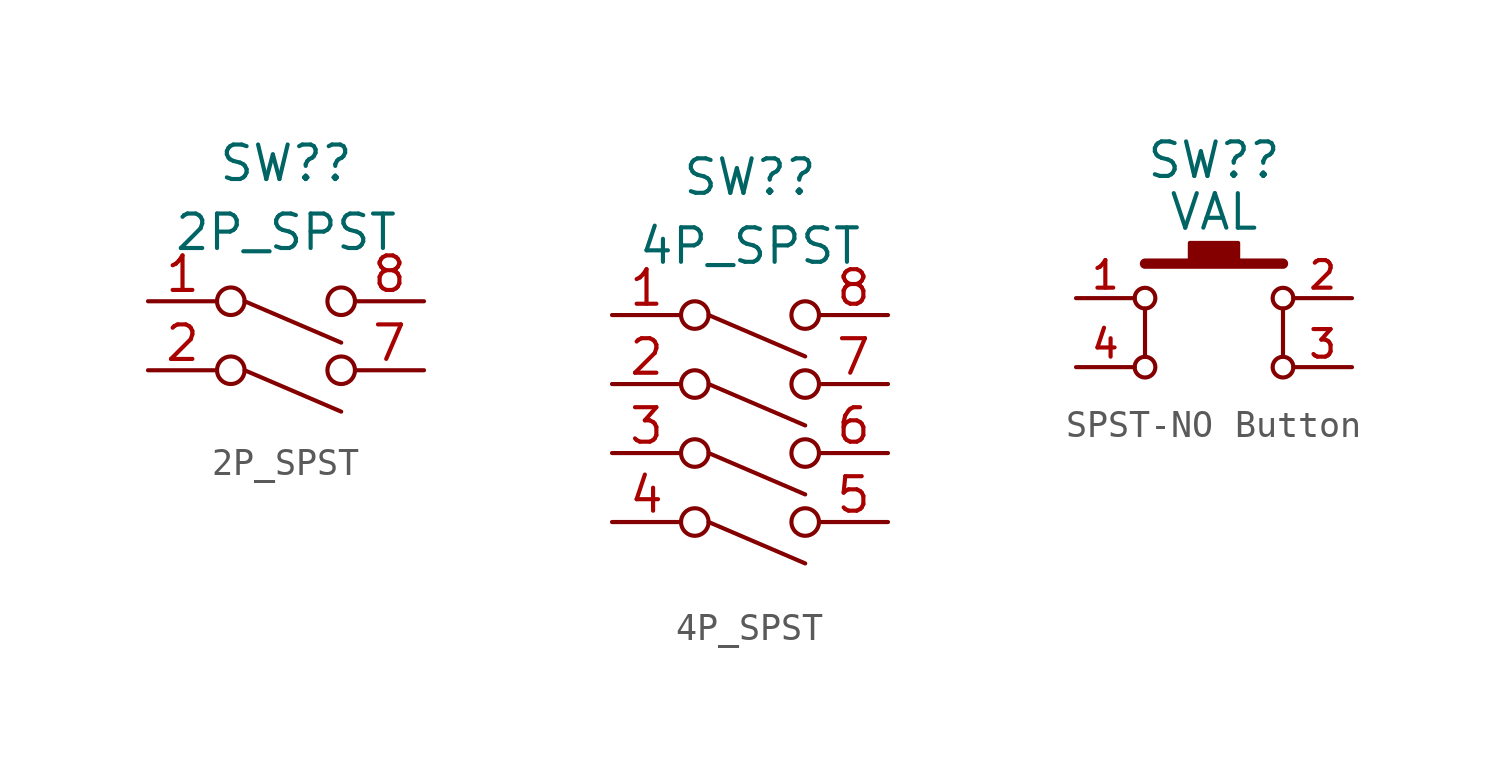
<source format=kicad_sym>
(kicad_symbol_lib
  (version 20241209)
  (generator "kicad_symbol_editor")
  (generator_version "9.0")
  (symbol "2P_SPST"
    (pin_names
      (offset 0)
      (hide yes))
    (property "Reference" "SW?"
      (at 0 6.35 0)
      (do_not_autoplace)
      (effects (font (size 1.27 1.27))))
    (property "Value" "2P_SPST"
      (at 0 3.81 0)
      (do_not_autoplace)
      (effects (font (size 1.27 1.27))))
    (symbol "2P_SPST_0_1"
      (circle (center -2.032 1.27) (radius 0.508) (stroke (width 0) (type default)) (fill (type none)))
      (circle (center -2.032 -1.27) (radius 0.508) (stroke (width 0) (type default)) (fill (type none)))
      (polyline (pts (xy -1.524 1.27) (xy 2.032 -0.254)) (stroke (width 0) (type default)) (fill (type none)))
      (polyline (pts (xy -1.524 -1.27) (xy 2.032 -2.794)) (stroke (width 0) (type default)) (fill (type none)))
      (circle (center 2.032 1.27) (radius 0.508) (stroke (width 0) (type default)) (fill (type none)))
      (circle (center 2.032 -1.27) (radius 0.508) (stroke (width 0) (type default)) (fill (type none))))
    (symbol "2P_SPST_1_1"
      (pin passive line (at -5.08 1.27 0) (length 2.54) (name "" (effects (font (size 1.27 1.27)))) (number "1" (effects (font (size 1.27 1.27)))))
      (pin passive line (at -5.08 -1.27 0) (length 2.54) (name "" (effects (font (size 1.27 1.27)))) (number "2" (effects (font (size 1.27 1.27)))))
      (pin passive line (at 5.08 1.27 180) (length 2.54) (name "" (effects (font (size 1.27 1.27)))) (number "8" (effects (font (size 1.27 1.27)))))
      (pin passive line (at 5.08 -1.27 180) (length 2.54) (name "" (effects (font (size 1.27 1.27)))) (number "7" (effects (font (size 1.27 1.27)))))))
  (symbol "4P_SPST"
    (pin_names
      (offset 0)
      (hide yes))
    (property "Reference" "SW?"
      (at 0 8.89 0)
      (do_not_autoplace)
      (effects (font (size 1.27 1.27))))
    (property "Value" "4P_SPST"
      (at 0 6.35 0)
      (do_not_autoplace)
      (effects (font (size 1.27 1.27))))
    (symbol "4P_SPST_0_1"
      (circle (center -2.032 3.81) (radius 0.508) (stroke (width 0) (type default)) (fill (type none)))
      (circle (center -2.032 1.27) (radius 0.508) (stroke (width 0) (type default)) (fill (type none)))
      (circle (center -2.032 -1.27) (radius 0.508) (stroke (width 0) (type default)) (fill (type none)))
      (circle (center -2.032 -3.81) (radius 0.508) (stroke (width 0) (type default)) (fill (type none)))
      (polyline (pts (xy -1.524 3.81) (xy 2.032 2.286)) (stroke (width 0) (type default)) (fill (type none)))
      (polyline (pts (xy -1.524 1.27) (xy 2.032 -0.254)) (stroke (width 0) (type default)) (fill (type none)))
      (polyline (pts (xy -1.524 -1.27) (xy 2.032 -2.794)) (stroke (width 0) (type default)) (fill (type none)))
      (polyline (pts (xy -1.524 -3.81) (xy 2.032 -5.334)) (stroke (width 0) (type default)) (fill (type none)))
      (circle (center 2.032 3.81) (radius 0.508) (stroke (width 0) (type default)) (fill (type none)))
      (circle (center 2.032 1.27) (radius 0.508) (stroke (width 0) (type default)) (fill (type none)))
      (circle (center 2.032 -1.27) (radius 0.508) (stroke (width 0) (type default)) (fill (type none)))
      (circle (center 2.032 -3.81) (radius 0.508) (stroke (width 0) (type default)) (fill (type none))))
    (symbol "4P_SPST_1_1"
      (pin passive line (at -5.08 3.81 0) (length 2.54) (name "" (effects (font (size 1.27 1.27)))) (number "1" (effects (font (size 1.27 1.27)))))
      (pin passive line (at -5.08 1.27 0) (length 2.54) (name "" (effects (font (size 1.27 1.27)))) (number "2" (effects (font (size 1.27 1.27)))))
      (pin passive line (at -5.08 -1.27 0) (length 2.54) (name "" (effects (font (size 1.27 1.27)))) (number "3" (effects (font (size 1.27 1.27)))))
      (pin passive line (at -5.08 -3.81 0) (length 2.54) (name "" (effects (font (size 1.27 1.27)))) (number "4" (effects (font (size 1.27 1.27)))))
      (pin passive line (at 5.08 3.81 180) (length 2.54) (name "" (effects (font (size 1.27 1.27)))) (number "8" (effects (font (size 1.27 1.27)))))
      (pin passive line (at 5.08 1.27 180) (length 2.54) (name "" (effects (font (size 1.27 1.27)))) (number "7" (effects (font (size 1.27 1.27)))))
      (pin passive line (at 5.08 -1.27 180) (length 2.54) (name "" (effects (font (size 1.27 1.27)))) (number "6" (effects (font (size 1.27 1.27)))))
      (pin passive line (at 5.08 -3.81 180) (length 2.54) (name "" (effects (font (size 1.27 1.27)))) (number "5" (effects (font (size 1.27 1.27)))))))
  (symbol "SPST-NO Button"
    (pin_names
      (offset 1.016))
    (property "Reference" "SW?"
      (at 0 6.35 0)
      (do_not_autoplace)
      (effects (font (size 1.27 1.27))))
    (property "Value" "VAL"
      (at 0 4.445 0)
      (do_not_autoplace)
      (effects (font (size 1.27 1.27))))
    (symbol "SPST-NO Button_0_0"
      (polyline (pts (xy -2.54 0.889) (xy -2.54 -0.889)) (stroke (width 0) (type default)) (fill (type none)))
      (polyline (pts (xy 2.54 0.889) (xy 2.54 -0.889)) (stroke (width 0) (type default)) (fill (type none))))
    (symbol "SPST-NO Button_0_1"
      (circle (center -2.54 1.27) (radius 0.381) (stroke (width 0) (type default)) (fill (type none)))
      (circle (center -2.54 -1.27) (radius 0.381) (stroke (width 0) (type default)) (fill (type none)))
      (circle (center 2.54 1.27) (radius 0.381) (stroke (width 0) (type default)) (fill (type none)))
      (circle (center 2.54 -1.27) (radius 0.381) (stroke (width 0) (type default)) (fill (type none))))
    (symbol "SPST-NO Button_1_0"
      (polyline (pts (xy -2.54 2.54) (xy 2.54 2.54)) (stroke (width 0.381) (type default)) (fill (type none)))
      (rectangle (start -0.889 3.302) (end 0.889 2.54) (stroke (width 0) (type default)) (fill (type outline)))
      (pin passive line (at -5.08 1.27 0) (length 2.159) (name "" (effects (font (size 1.016 1.016)))) (number "1" (effects (font (size 1.016 1.016)))))
      (pin passive line (at -5.08 -1.27 0) (length 2.159) (name "" (effects (font (size 1.016 1.016)))) (number "4" (effects (font (size 1.016 1.016)))))
      (pin passive line (at 5.08 1.27 180) (length 2.159) (name "" (effects (font (size 1.016 1.016)))) (number "2" (effects (font (size 1.016 1.016)))))
      (pin passive line (at 5.08 -1.27 180) (length 2.159) (name "" (effects (font (size 1.016 1.016)))) (number "3" (effects (font (size 1.016 1.016))))))))
</source>
